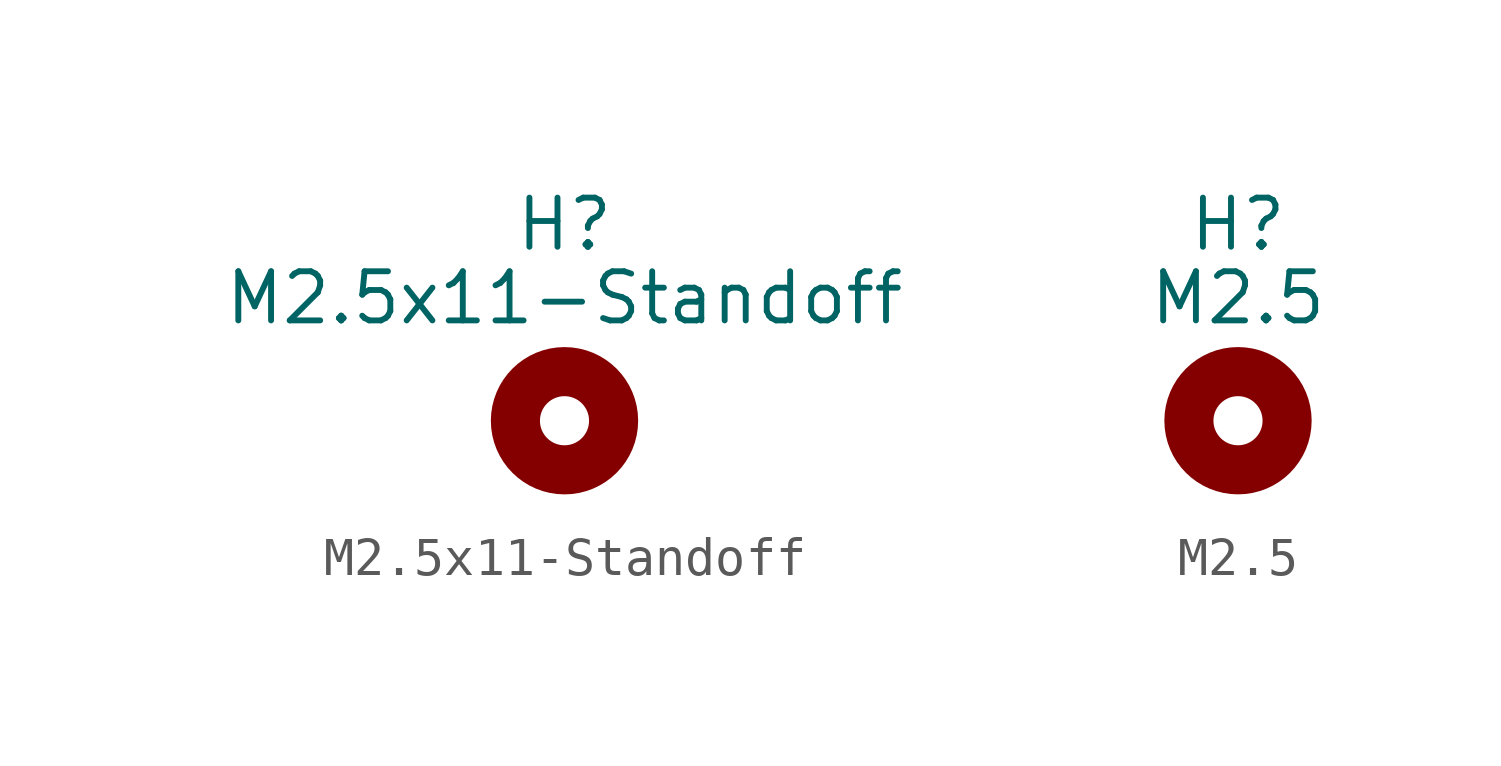
<source format=kicad_sym>
(kicad_symbol_lib
  (version 20200126)
  (host kicad_symbol_editor "(5.99.0-2251-g5226d6b4d)")
  (symbol "M2.5:M2.5x11-Standoff"
    (property "Reference" "H"
      (at 0 5.08 0)
      (effects (font (size 1.27 1.27))))
    (property "Value" "M2.5x11-Standoff"
      (at 0 3.175 0)
      (effects (font (size 1.27 1.27))))
    (symbol "M2.5x11-Standoff_0_1"
      (circle (center 0 0) (radius 1.27) (stroke (width 1.27)) (fill (type none)))))
  (symbol "M2.5:M2.5"
    (property "Reference" "H"
      (at 0 5.08 0)
      (effects (font (size 1.27 1.27))))
    (property "Value" "M2.5"
      (at 0 3.175 0)
      (effects (font (size 1.27 1.27))))
    (symbol "M2.5_0_1"
      (circle (center 0 0) (radius 1.27) (stroke (width 1.27)) (fill (type none))))))
</source>
